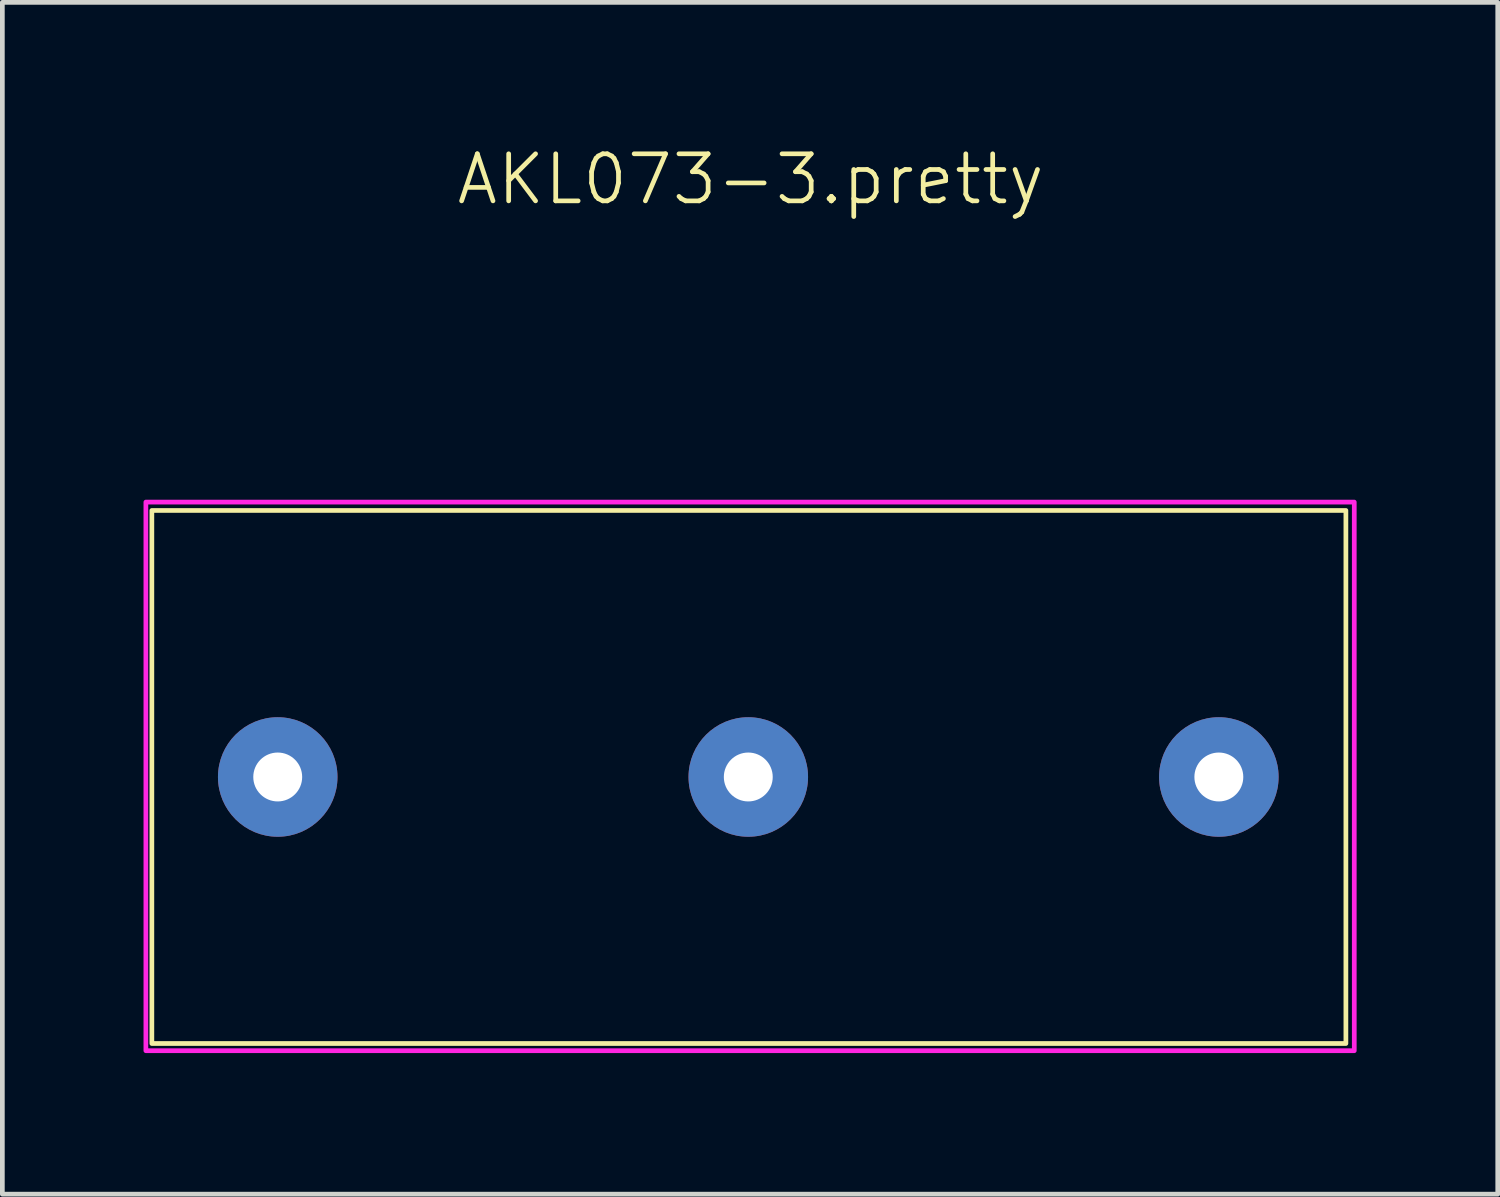
<source format=kicad_pcb>
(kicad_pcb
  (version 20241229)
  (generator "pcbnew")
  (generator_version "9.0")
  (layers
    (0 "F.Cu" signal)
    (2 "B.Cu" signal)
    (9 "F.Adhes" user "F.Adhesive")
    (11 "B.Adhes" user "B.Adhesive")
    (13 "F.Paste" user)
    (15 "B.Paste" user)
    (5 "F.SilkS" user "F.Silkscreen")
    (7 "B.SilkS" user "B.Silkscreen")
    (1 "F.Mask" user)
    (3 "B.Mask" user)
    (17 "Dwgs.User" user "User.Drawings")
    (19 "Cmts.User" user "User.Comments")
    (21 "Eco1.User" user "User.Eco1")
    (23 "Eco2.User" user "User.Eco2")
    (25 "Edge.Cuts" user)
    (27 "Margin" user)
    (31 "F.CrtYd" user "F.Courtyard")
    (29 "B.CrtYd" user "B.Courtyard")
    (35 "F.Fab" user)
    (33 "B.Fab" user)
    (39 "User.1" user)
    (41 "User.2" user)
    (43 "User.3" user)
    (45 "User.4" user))
  (footprint "AKL073-3.pretty"
    (layer "F.Cu")
    (at 12.852 13.462)
    (property "Reference" "AKL073-3.pretty" (at 0.051 -12.701 0) (unlocked yes) (layer "F.SilkS") (effects (font (size 1 1) (thickness 0.1))))
    (attr smd)
    (fp_rect (start -12.675 -5.664) (end 12.7 5.664) (stroke (width 0.1) (type default)) (fill no) (layer "F.SilkS"))
    (fp_rect (start -12.802 -5.842) (end 12.878 5.817) (stroke (width 0.1) (type default)) (fill no) (layer "F.CrtYd"))
    (pad "1" thru_hole oval (at -10 0) (size 2.54 2.54) (drill 1.039) (layers "*.Cu" "*.Mask"))
    (pad "2" thru_hole oval (at 0 0) (size 2.54 2.54) (drill 1.039) (layers "*.Cu" "*.Mask"))
    (pad "3" thru_hole oval (at 10 0) (size 2.54 2.54) (drill 1.039) (layers "*.Cu" "*.Mask")))
  (gr_rect
    (start -3 -3)
    (end 28.779 22.328)
    (stroke (width 0.1) (type default))
    (fill no)
    (layer "Edge.Cuts")))
</source>
